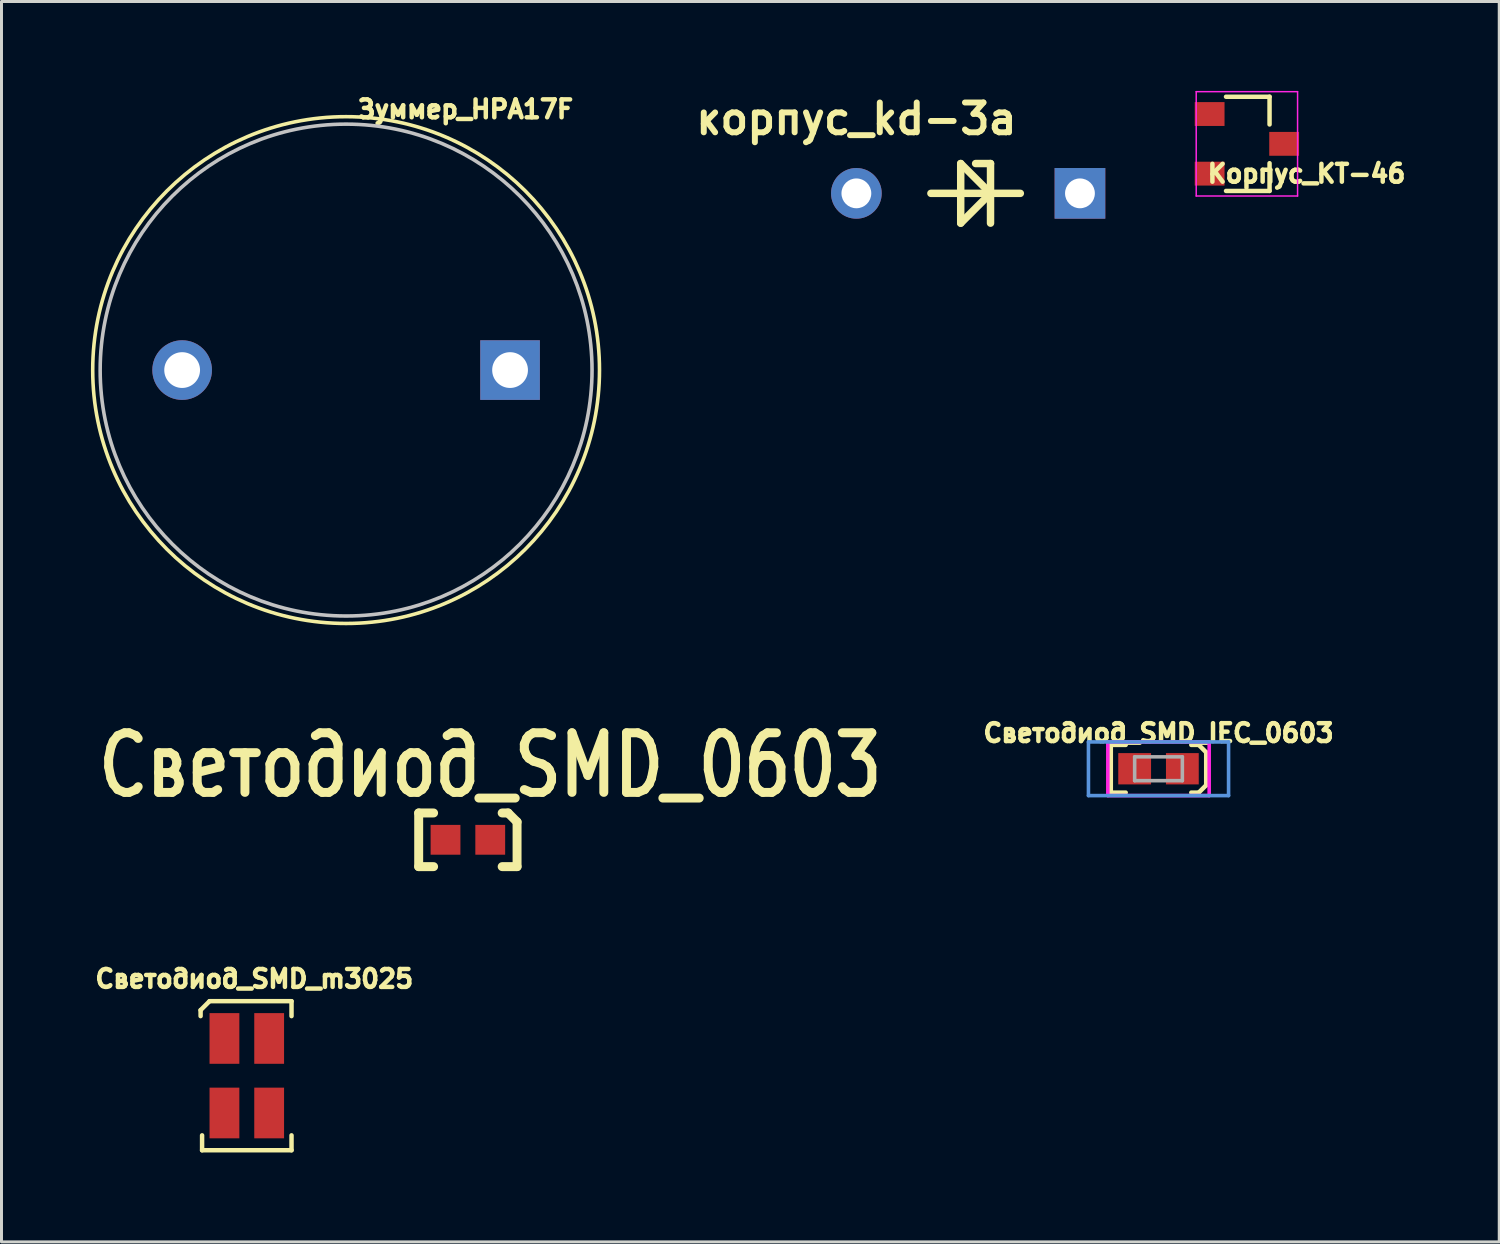
<source format=kicad_pcb>
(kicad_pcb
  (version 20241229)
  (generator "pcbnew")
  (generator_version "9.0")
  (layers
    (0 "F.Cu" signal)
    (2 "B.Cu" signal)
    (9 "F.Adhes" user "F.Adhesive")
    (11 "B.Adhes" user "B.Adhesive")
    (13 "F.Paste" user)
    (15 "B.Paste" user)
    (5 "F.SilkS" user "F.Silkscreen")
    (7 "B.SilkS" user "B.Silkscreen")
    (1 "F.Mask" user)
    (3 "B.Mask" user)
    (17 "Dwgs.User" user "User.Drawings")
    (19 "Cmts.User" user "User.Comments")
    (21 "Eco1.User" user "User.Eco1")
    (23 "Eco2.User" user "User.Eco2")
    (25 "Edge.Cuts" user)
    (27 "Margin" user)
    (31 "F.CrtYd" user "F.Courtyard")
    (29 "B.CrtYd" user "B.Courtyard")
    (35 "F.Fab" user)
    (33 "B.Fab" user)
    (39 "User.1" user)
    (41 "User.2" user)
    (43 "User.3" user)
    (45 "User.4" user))
  (footprint "Светодиод_SMD_m3025"
    (layer "F.Cu")
    (at 4.479 31.785)
    (property "Reference" "Светодиод_SMD_m3025" (at 1 -2 0) (layer "F.SilkS") (effects (font (size 0.6 0.6) (thickness 0.15))))
    (attr through_hole)
    (fp_line (start -0.8 -0.95) (end -0.5 -1.25) (stroke (width 0.15) (type solid)) (layer "F.SilkS"))
    (fp_line (start -0.8 -0.75) (end -0.8 -0.95) (stroke (width 0.15) (type solid)) (layer "F.SilkS"))
    (fp_line (start -0.75 3.75) (end -0.75 3.25) (stroke (width 0.15) (type solid)) (layer "F.SilkS"))
    (fp_line (start -0.75 3.75) (end 2.25 3.75) (stroke (width 0.15) (type solid)) (layer "F.SilkS"))
    (fp_line (start 2.25 -1.25) (end -0.5 -1.25) (stroke (width 0.15) (type solid)) (layer "F.SilkS"))
    (fp_line (start 2.25 -1.25) (end 2.25 -0.75) (stroke (width 0.15) (type solid)) (layer "F.SilkS"))
    (fp_line (start 2.25 3.75) (end 2.25 3.25) (stroke (width 0.15) (type solid)) (layer "F.SilkS"))
    (pad "1" smd rect (at 0 0 90) (size 1.7 1) (layers "F.Cu" "F.Mask" "F.Paste"))
    (pad "2" smd rect (at 0 2.5 90) (size 1.7 1) (layers "F.Cu" "F.Mask" "F.Paste"))
    (pad "3" smd rect (at 1.5 0 90) (size 1.7 1) (layers "F.Cu" "F.Mask" "F.Paste"))
    (pad "4" smd rect (at 1.5 2.5 90) (size 1.7 1) (layers "F.Cu" "F.Mask" "F.Paste")))
  (footprint "корпус_kd-3a"
    (layer "F.Cu")
    (at 25.677 3.436)
    (property "Reference" "корпус_kd-3a" (at 0 -2.5 0) (layer "F.SilkS") (effects (font (size 1 1) (thickness 0.2))))
    (attr through_hole)
    (fp_line (start 2.5 0) (end 5.5 0) (stroke (width 0.25) (type solid)) (layer "F.SilkS"))
    (fp_line (start 3.5 -1) (end 3.5 1) (stroke (width 0.25) (type solid)) (layer "F.SilkS"))
    (fp_line (start 3.5 1) (end 4.5 0) (stroke (width 0.25) (type solid)) (layer "F.SilkS"))
    (fp_line (start 4.5 -1) (end 4 -1) (stroke (width 0.25) (type solid)) (layer "F.SilkS"))
    (fp_line (start 4.5 -1) (end 4.5 1) (stroke (width 0.25) (type solid)) (layer "F.SilkS"))
    (fp_line (start 4.5 0) (end 3.5 -1) (stroke (width 0.25) (type solid)) (layer "F.SilkS"))
    (pad "1" thru_hole circle (at 0 0) (size 1.7 1.7) (drill 1) (layers "*.Cu" "*.Mask"))
    (pad "2" thru_hole rect (at 7.5 0) (size 1.7 1.7) (drill 1) (layers "*.Cu" "*.Mask")))
  (footprint "Корпус_КТ-46"
    (layer "F.Cu")
    (at 38.777 1.775)
    (property "Reference" "Корпус_КТ-46" (at 2 1 180) (layer "F.SilkS") (effects (font (size 0.6 0.6) (thickness 0.15))))
    (attr smd)
    (fp_line (start 0.76 -1.58) (end -0.7 -1.58) (stroke (width 0.15) (type solid)) (layer "F.SilkS"))
    (fp_line (start 0.76 -1.58) (end 0.76 -0.65) (stroke (width 0.15) (type solid)) (layer "F.SilkS"))
    (fp_line (start 0.76 1.58) (end -0.7 1.58) (stroke (width 0.15) (type solid)) (layer "F.SilkS"))
    (fp_line (start 0.76 1.58) (end 0.76 0.65) (stroke (width 0.15) (type solid)) (layer "F.SilkS"))
    (fp_line (start -1.7 -1.75) (end 1.7 -1.75) (stroke (width 0.05) (type solid)) (layer "F.CrtYd"))
    (fp_line (start -1.7 1.75) (end -1.7 -1.75) (stroke (width 0.05) (type solid)) (layer "F.CrtYd"))
    (fp_line (start 1.7 -1.75) (end 1.7 1.75) (stroke (width 0.05) (type solid)) (layer "F.CrtYd"))
    (fp_line (start 1.7 1.75) (end -1.7 1.75) (stroke (width 0.05) (type solid)) (layer "F.CrtYd"))
    (pad "1" smd rect (at -1.25 -1) (size 1 0.8) (layers "F.Cu" "F.Mask" "F.Paste"))
    (pad "2" smd rect (at -1.25 1) (size 1 0.8) (layers "F.Cu" "F.Mask" "F.Paste"))
    (pad "3" smd rect (at 1.25 0) (size 1 0.8) (layers "F.Cu" "F.Mask" "F.Paste")))
  (footprint "Зуммер_HPA17F"
    (layer "F.Cu")
    (at 8.56 9.364)
    (property "Reference" "Зуммер_HPA17F" (at 4 -8.75 0) (layer "F.SilkS") (effects (font (size 0.6 0.6) (thickness 0.15))))
    (attr through_hole)
    (fp_circle (center 0 0) (end 8.5 0) (stroke (width 0.12) (type solid)) (fill no) (layer "F.SilkS"))
    (fp_circle (center 0 0) (end 8.25 0) (stroke (width 0.12) (type solid)) (fill no) (layer "Dwgs.User"))
    (pad "1" thru_hole circle (at -5.5 0) (size 2 2) (drill 1.2) (layers "*.Cu" "*.Mask"))
    (pad "2" thru_hole rect (at 5.5 0) (size 2 2) (drill 1.2) (layers "*.Cu" "*.Mask")))
  (footprint "Светодиод_SMD_0603"
    (layer "F.Cu")
    (at 11.895 25.121)
    (property "Reference" "Светодиод_SMD_0603" (at 1.5 -2.5 0) (layer "F.SilkS") (effects (font (size 2 1.6) (thickness 0.3))))
    (attr through_hole)
    (fp_line (start -0.9 -0.9) (end -0.9 0.9) (stroke (width 0.3) (type solid)) (layer "F.SilkS"))
    (fp_line (start -0.9 -0.9) (end -0.4 -0.9) (stroke (width 0.3) (type solid)) (layer "F.SilkS"))
    (fp_line (start -0.9 0.9) (end -0.4 0.9) (stroke (width 0.3) (type solid)) (layer "F.SilkS"))
    (fp_line (start 1.9 -0.9) (end 2.1 -0.9) (stroke (width 0.3) (type solid)) (layer "F.SilkS"))
    (fp_line (start 2.1 -0.9) (end 2.4 -0.6) (stroke (width 0.3) (type solid)) (layer "F.SilkS"))
    (fp_line (start 2.4 0.9) (end 1.9 0.9) (stroke (width 0.3) (type solid)) (layer "F.SilkS"))
    (fp_line (start 2.4 0.9) (end 2.4 -0.6) (stroke (width 0.3) (type solid)) (layer "F.SilkS"))
    (pad "1" smd rect (at 0 0) (size 1 1) (layers "F.Cu" "F.Mask" "F.Paste"))
    (pad "2" smd rect (at 1.5 0) (size 1 1) (layers "F.Cu" "F.Mask" "F.Paste")))
  (footprint "Светодиод_SMD_IEC_0603"
    (layer "F.Cu")
    (at 35.812 22.738)
    (property "Reference" "Светодиод_SMD_IEC_0603" (at 0 -1.2 0) (layer "F.SilkS") (effects (font (size 0.6 0.6) (thickness 0.15))))
    (attr smd)
    (fp_line (start -1.6 -0.8) (end -1.6 0.8) (stroke (width 0.15) (type solid)) (layer "F.SilkS"))
    (fp_line (start -1.6 -0.8) (end -1.1 -0.8) (stroke (width 0.15) (type solid)) (layer "F.SilkS"))
    (fp_line (start -1.6 0.8) (end -1.1 0.8) (stroke (width 0.15) (type solid)) (layer "F.SilkS"))
    (fp_line (start 1.35 -0.8) (end 1.1 -0.8) (stroke (width 0.15) (type solid)) (layer "F.SilkS"))
    (fp_line (start 1.35 0.8) (end 1.1 0.8) (stroke (width 0.15) (type solid)) (layer "F.SilkS"))
    (fp_line (start 1.6 -0.55) (end 1.35 -0.8) (stroke (width 0.15) (type solid)) (layer "F.SilkS"))
    (fp_line (start 1.6 -0.55) (end 1.6 0.55) (stroke (width 0.15) (type solid)) (layer "F.SilkS"))
    (fp_line (start 1.6 0.55) (end 1.35 0.8) (stroke (width 0.15) (type solid)) (layer "F.SilkS"))
    (fp_line (start -2.35 -0.9) (end -2.35 0.9) (stroke (width 0.12) (type solid)) (layer "Cmts.User"))
    (fp_line (start -2.35 0.9) (end 2.35 0.9) (stroke (width 0.12) (type solid)) (layer "Cmts.User"))
    (fp_line (start 2.35 -0.9) (end -2.35 -0.9) (stroke (width 0.12) (type solid)) (layer "Cmts.User"))
    (fp_line (start 2.35 0.9) (end 2.35 -0.9) (stroke (width 0.12) (type solid)) (layer "Cmts.User"))
    (fp_line (start -1.7 -0.9) (end 1.7 -0.9) (stroke (width 0.12) (type solid)) (layer "F.CrtYd"))
    (fp_line (start -1.7 0.9) (end -1.7 -0.9) (stroke (width 0.12) (type solid)) (layer "F.CrtYd"))
    (fp_line (start 1.7 -0.9) (end 1.7 0.9) (stroke (width 0.12) (type solid)) (layer "F.CrtYd"))
    (fp_line (start 1.7 0.9) (end -1.7 0.9) (stroke (width 0.12) (type solid)) (layer "F.CrtYd"))
    (fp_line (start -0.8 -0.4) (end -0.8 0.4) (stroke (width 0.12) (type solid)) (layer "F.Fab"))
    (fp_line (start -0.8 0.4) (end 0.8 0.4) (stroke (width 0.12) (type solid)) (layer "F.Fab"))
    (fp_line (start 0.8 -0.4) (end -0.8 -0.4) (stroke (width 0.12) (type solid)) (layer "F.Fab"))
    (fp_line (start 0.8 0.4) (end 0.8 -0.4) (stroke (width 0.12) (type solid)) (layer "F.Fab"))
    (pad "A" smd rect (at -0.8 0) (size 1.1 1.05) (layers "F.Cu" "F.Mask" "F.Paste"))
    (pad "K" smd rect (at 0.8 0) (size 1.1 1.05) (layers "F.Cu" "F.Mask" "F.Paste")))
  (gr_rect
    (start -3 -3)
    (end 47.242 38.61)
    (stroke (width 0.1) (type default))
    (fill no)
    (layer "Edge.Cuts")))
</source>
